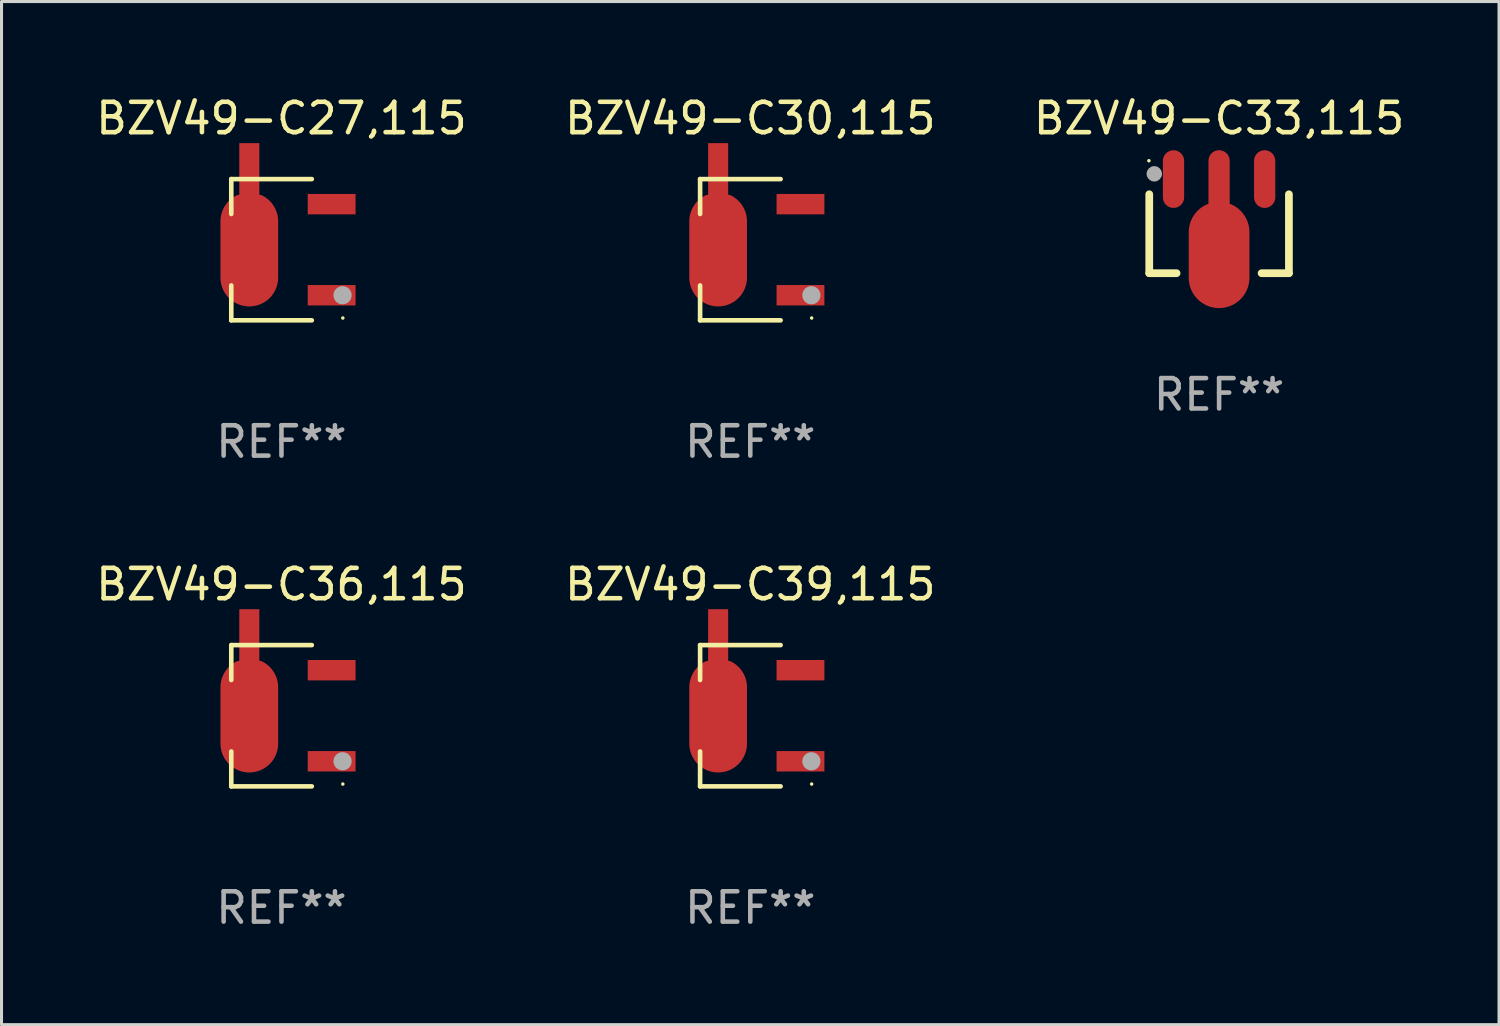
<source format=kicad_pcb>
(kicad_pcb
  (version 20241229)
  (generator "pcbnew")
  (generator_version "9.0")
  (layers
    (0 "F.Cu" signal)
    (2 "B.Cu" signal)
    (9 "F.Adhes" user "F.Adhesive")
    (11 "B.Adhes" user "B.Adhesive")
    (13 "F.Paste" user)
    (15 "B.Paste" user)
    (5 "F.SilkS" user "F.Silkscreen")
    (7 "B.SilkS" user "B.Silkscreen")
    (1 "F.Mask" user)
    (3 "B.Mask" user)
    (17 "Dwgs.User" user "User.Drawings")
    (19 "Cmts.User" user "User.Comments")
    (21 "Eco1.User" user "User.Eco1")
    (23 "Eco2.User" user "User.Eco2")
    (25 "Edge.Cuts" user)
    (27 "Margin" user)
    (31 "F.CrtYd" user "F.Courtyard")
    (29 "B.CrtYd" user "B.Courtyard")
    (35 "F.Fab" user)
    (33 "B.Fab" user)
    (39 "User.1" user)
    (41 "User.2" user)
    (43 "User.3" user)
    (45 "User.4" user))
  (footprint "BZV49-C27,115"
    (layer "F.Cu")
    (at 6.22 5.174)
    (property "Reference" "BZV49-C27,115" (at 0 -4.326 0) (layer "F.SilkS") (effects (font (size 1 1) (thickness 0.15))))
    (attr through_hole)
    (fp_line (start -1.653 -2.326) (end -1.653 -1.177) (stroke (width 0.152) (type solid)) (layer "F.SilkS"))
    (fp_line (start -1.653 2.326) (end -1.653 1.177) (stroke (width 0.152) (type solid)) (layer "F.SilkS"))
    (fp_line (start 0.999 -2.326) (end -1.653 -2.326) (stroke (width 0.152) (type solid)) (layer "F.SilkS"))
    (fp_line (start 0.999 2.326) (end -1.653 2.326) (stroke (width 0.152) (type solid)) (layer "F.SilkS"))
    (fp_circle (center 2.021 2.25) (end 2.051 2.25) (stroke (width 0.06) (type solid)) (fill no) (layer "F.SilkS"))
    (fp_circle (center 2.012 1.5) (end 2.162 1.5) (stroke (width 0.3) (type solid)) (fill no) (layer "F.Fab"))
    (fp_text user "REF**" (at 0 6.326 0) (layer "F.Fab") (effects (font (size 1 1) (thickness 0.15))))
    (pad "1" smd rect (at 1.653 1.5) (size 1.575 0.672) (layers "F.Cu" "F.Mask" "F.Paste"))
    (pad "2" smd custom (at -1.059 -0.009 90) (size 1.9 5.377) (layers "F.Cu" "F.Mask" "F.Paste") (options (anchor circle)) (primitives (gr_poly (pts (xy -0.927 -0.95) (xy 0.927 -0.95) (xy 0.972 -0.949) (xy 1.016 -0.946) (xy 1.06 -0.941) (xy 1.104 -0.933) (xy 1.148 -0.924) (xy 1.191 -0.913) (xy 1.233 -0.899) (xy 1.275 -0.884) (xy 1.316 -0.867) (xy 1.357 -0.848) (xy 1.396 -0.826) (xy 1.434 -0.804) (xy 1.471 -0.779) (xy 1.507 -0.753) (xy 1.542 -0.725) (xy 1.575 -0.695) (xy 1.607 -0.664) (xy 1.637 -0.631) (xy 1.666 -0.597) (xy 1.693 -0.562) (xy 1.719 -0.526) (xy 1.742 -0.488) (xy 1.764 -0.449) (xy 1.785 -0.409) (xy 1.803 -0.33) (xy 3.5 -0.33) (xy 3.5 0.33) (xy 1.803 0.33) (xy 1.785 0.409) (xy 1.764 0.449) (xy 1.742 0.488) (xy 1.719 0.525) (xy 1.693 0.562) (xy 1.666 0.597) (xy 1.637 0.631) (xy 1.607 0.664) (xy 1.575 0.695) (xy 1.542 0.725) (xy 1.507 0.753) (xy 1.471 0.779) (xy 1.434 0.803) (xy 1.396 0.826) (xy 1.357 0.847) (xy 1.316 0.867) (xy 1.275 0.884) (xy 1.233 0.899) (xy 1.191 0.913) (xy 1.148 0.924) (xy 1.104 0.933) (xy 1.06 0.941) (xy 1.016 0.946) (xy 0.972 0.949) (xy 0.927 0.95) (xy -0.927 0.95) (xy -0.972 0.949) (xy -1.016 0.946) (xy -1.06 0.941) (xy -1.104 0.933) (xy -1.148 0.924) (xy -1.191 0.913) (xy -1.233 0.899) (xy -1.275 0.884) (xy -1.316 0.867) (xy -1.356 0.847) (xy -1.396 0.826) (xy -1.434 0.803) (xy -1.471 0.779) (xy -1.507 0.753) (xy -1.541 0.725) (xy -1.575 0.695) (xy -1.607 0.664) (xy -1.637 0.631) (xy -1.666 0.597) (xy -1.693 0.562) (xy -1.718 0.525) (xy -1.742 0.488) (xy -1.764 0.449) (xy -1.784 0.409) (xy -1.803 0.369) (xy -1.819 0.327) (xy -1.833 0.285) (xy -1.846 0.242) (xy -1.856 0.199) (xy -1.864 0.155) (xy -1.87 0.111) (xy -1.875 0.067) (xy -1.877 0.022) (xy -1.877 -0.022) (xy -1.875 -0.067) (xy -1.87 -0.111) (xy -1.864 -0.155) (xy -1.856 -0.199) (xy -1.846 -0.242) (xy -1.833 -0.285) (xy -1.819 -0.327) (xy -1.803 -0.369) (xy -1.784 -0.409) (xy -1.764 -0.449) (xy -1.742 -0.488) (xy -1.718 -0.526) (xy -1.693 -0.562) (xy -1.666 -0.597) (xy -1.637 -0.631) (xy -1.607 -0.664) (xy -1.575 -0.695) (xy -1.541 -0.725) (xy -1.507 -0.753) (xy -1.471 -0.779) (xy -1.434 -0.804) (xy -1.396 -0.826) (xy -1.356 -0.848) (xy -1.316 -0.867) (xy -1.275 -0.884) (xy -1.233 -0.899) (xy -1.191 -0.913) (xy -1.148 -0.924) (xy -1.104 -0.933) (xy -1.06 -0.941) (xy -1.016 -0.946) (xy -0.972 -0.949) (xy -0.927 -0.95)) (width 0) (fill yes))))
    (pad "3" smd rect (at 1.653 -1.5) (size 1.575 0.672) (layers "F.Cu" "F.Mask" "F.Paste")))
  (footprint "BZV49-C30,115"
    (layer "F.Cu")
    (at 21.661 5.174)
    (property "Reference" "BZV49-C30,115" (at 0 -4.326 0) (layer "F.SilkS") (effects (font (size 1 1) (thickness 0.15))))
    (attr through_hole)
    (fp_line (start -1.653 -2.326) (end -1.653 -1.177) (stroke (width 0.152) (type solid)) (layer "F.SilkS"))
    (fp_line (start -1.653 2.326) (end -1.653 1.177) (stroke (width 0.152) (type solid)) (layer "F.SilkS"))
    (fp_line (start 0.999 -2.326) (end -1.653 -2.326) (stroke (width 0.152) (type solid)) (layer "F.SilkS"))
    (fp_line (start 0.999 2.326) (end -1.653 2.326) (stroke (width 0.152) (type solid)) (layer "F.SilkS"))
    (fp_circle (center 2.021 2.25) (end 2.051 2.25) (stroke (width 0.06) (type solid)) (fill no) (layer "F.SilkS"))
    (fp_circle (center 2.012 1.5) (end 2.162 1.5) (stroke (width 0.3) (type solid)) (fill no) (layer "F.Fab"))
    (fp_text user "REF**" (at 0 6.326 0) (layer "F.Fab") (effects (font (size 1 1) (thickness 0.15))))
    (pad "1" smd rect (at 1.653 1.5) (size 1.575 0.672) (layers "F.Cu" "F.Mask" "F.Paste"))
    (pad "2" smd custom (at -1.059 -0.009 90) (size 1.9 5.377) (layers "F.Cu" "F.Mask" "F.Paste") (options (anchor circle)) (primitives (gr_poly (pts (xy -0.927 -0.95) (xy 0.927 -0.95) (xy 0.972 -0.949) (xy 1.016 -0.946) (xy 1.06 -0.941) (xy 1.104 -0.933) (xy 1.148 -0.924) (xy 1.191 -0.913) (xy 1.233 -0.899) (xy 1.275 -0.884) (xy 1.316 -0.867) (xy 1.357 -0.848) (xy 1.396 -0.826) (xy 1.434 -0.804) (xy 1.471 -0.779) (xy 1.507 -0.753) (xy 1.542 -0.725) (xy 1.575 -0.695) (xy 1.607 -0.664) (xy 1.637 -0.631) (xy 1.666 -0.597) (xy 1.693 -0.562) (xy 1.719 -0.526) (xy 1.742 -0.488) (xy 1.764 -0.449) (xy 1.785 -0.409) (xy 1.803 -0.33) (xy 3.5 -0.33) (xy 3.5 0.33) (xy 1.803 0.33) (xy 1.785 0.409) (xy 1.764 0.449) (xy 1.742 0.488) (xy 1.719 0.525) (xy 1.693 0.562) (xy 1.666 0.597) (xy 1.637 0.631) (xy 1.607 0.664) (xy 1.575 0.695) (xy 1.542 0.725) (xy 1.507 0.753) (xy 1.471 0.779) (xy 1.434 0.803) (xy 1.396 0.826) (xy 1.357 0.847) (xy 1.316 0.867) (xy 1.275 0.884) (xy 1.233 0.899) (xy 1.191 0.913) (xy 1.148 0.924) (xy 1.104 0.933) (xy 1.06 0.941) (xy 1.016 0.946) (xy 0.972 0.949) (xy 0.927 0.95) (xy -0.927 0.95) (xy -0.972 0.949) (xy -1.016 0.946) (xy -1.06 0.941) (xy -1.104 0.933) (xy -1.148 0.924) (xy -1.191 0.913) (xy -1.233 0.899) (xy -1.275 0.884) (xy -1.316 0.867) (xy -1.356 0.847) (xy -1.396 0.826) (xy -1.434 0.803) (xy -1.471 0.779) (xy -1.507 0.753) (xy -1.541 0.725) (xy -1.575 0.695) (xy -1.607 0.664) (xy -1.637 0.631) (xy -1.666 0.597) (xy -1.693 0.562) (xy -1.718 0.525) (xy -1.742 0.488) (xy -1.764 0.449) (xy -1.784 0.409) (xy -1.803 0.369) (xy -1.819 0.327) (xy -1.833 0.285) (xy -1.846 0.242) (xy -1.856 0.199) (xy -1.864 0.155) (xy -1.87 0.111) (xy -1.875 0.067) (xy -1.877 0.022) (xy -1.877 -0.022) (xy -1.875 -0.067) (xy -1.87 -0.111) (xy -1.864 -0.155) (xy -1.856 -0.199) (xy -1.846 -0.242) (xy -1.833 -0.285) (xy -1.819 -0.327) (xy -1.803 -0.369) (xy -1.784 -0.409) (xy -1.764 -0.449) (xy -1.742 -0.488) (xy -1.718 -0.526) (xy -1.693 -0.562) (xy -1.666 -0.597) (xy -1.637 -0.631) (xy -1.607 -0.664) (xy -1.575 -0.695) (xy -1.541 -0.725) (xy -1.507 -0.753) (xy -1.471 -0.779) (xy -1.434 -0.804) (xy -1.396 -0.826) (xy -1.356 -0.848) (xy -1.316 -0.867) (xy -1.275 -0.884) (xy -1.233 -0.899) (xy -1.191 -0.913) (xy -1.148 -0.924) (xy -1.104 -0.933) (xy -1.06 -0.941) (xy -1.016 -0.946) (xy -0.972 -0.949) (xy -0.927 -0.95)) (width 0) (fill yes))))
    (pad "3" smd rect (at 1.653 -1.5) (size 1.575 0.672) (layers "F.Cu" "F.Mask" "F.Paste")))
  (footprint "BZV49-C39,115"
    (layer "F.Cu")
    (at 21.661 20.523)
    (property "Reference" "BZV49-C39,115" (at 0 -4.326 0) (layer "F.SilkS") (effects (font (size 1 1) (thickness 0.15))))
    (attr through_hole)
    (fp_line (start -1.653 -2.326) (end -1.653 -1.177) (stroke (width 0.152) (type solid)) (layer "F.SilkS"))
    (fp_line (start -1.653 2.326) (end -1.653 1.177) (stroke (width 0.152) (type solid)) (layer "F.SilkS"))
    (fp_line (start 0.999 -2.326) (end -1.653 -2.326) (stroke (width 0.152) (type solid)) (layer "F.SilkS"))
    (fp_line (start 0.999 2.326) (end -1.653 2.326) (stroke (width 0.152) (type solid)) (layer "F.SilkS"))
    (fp_circle (center 2.021 2.25) (end 2.051 2.25) (stroke (width 0.06) (type solid)) (fill no) (layer "F.SilkS"))
    (fp_circle (center 2.012 1.5) (end 2.162 1.5) (stroke (width 0.3) (type solid)) (fill no) (layer "F.Fab"))
    (fp_text user "REF**" (at 0 6.326 0) (layer "F.Fab") (effects (font (size 1 1) (thickness 0.15))))
    (pad "1" smd rect (at 1.653 1.5) (size 1.575 0.672) (layers "F.Cu" "F.Mask" "F.Paste"))
    (pad "2" smd custom (at -1.059 -0.009 90) (size 1.9 5.377) (layers "F.Cu" "F.Mask" "F.Paste") (options (anchor circle)) (primitives (gr_poly (pts (xy -0.927 -0.95) (xy 0.927 -0.95) (xy 0.972 -0.949) (xy 1.016 -0.946) (xy 1.06 -0.941) (xy 1.104 -0.933) (xy 1.148 -0.924) (xy 1.191 -0.913) (xy 1.233 -0.899) (xy 1.275 -0.884) (xy 1.316 -0.867) (xy 1.357 -0.848) (xy 1.396 -0.826) (xy 1.434 -0.804) (xy 1.471 -0.779) (xy 1.507 -0.753) (xy 1.542 -0.725) (xy 1.575 -0.695) (xy 1.607 -0.664) (xy 1.637 -0.631) (xy 1.666 -0.597) (xy 1.693 -0.562) (xy 1.719 -0.526) (xy 1.742 -0.488) (xy 1.764 -0.449) (xy 1.785 -0.409) (xy 1.803 -0.33) (xy 3.5 -0.33) (xy 3.5 0.33) (xy 1.803 0.33) (xy 1.785 0.409) (xy 1.764 0.449) (xy 1.742 0.488) (xy 1.719 0.525) (xy 1.693 0.562) (xy 1.666 0.597) (xy 1.637 0.631) (xy 1.607 0.664) (xy 1.575 0.695) (xy 1.542 0.725) (xy 1.507 0.753) (xy 1.471 0.779) (xy 1.434 0.803) (xy 1.396 0.826) (xy 1.357 0.847) (xy 1.316 0.867) (xy 1.275 0.884) (xy 1.233 0.899) (xy 1.191 0.913) (xy 1.148 0.924) (xy 1.104 0.933) (xy 1.06 0.941) (xy 1.016 0.946) (xy 0.972 0.949) (xy 0.927 0.95) (xy -0.927 0.95) (xy -0.972 0.949) (xy -1.016 0.946) (xy -1.06 0.941) (xy -1.104 0.933) (xy -1.148 0.924) (xy -1.191 0.913) (xy -1.233 0.899) (xy -1.275 0.884) (xy -1.316 0.867) (xy -1.356 0.847) (xy -1.396 0.826) (xy -1.434 0.803) (xy -1.471 0.779) (xy -1.507 0.753) (xy -1.541 0.725) (xy -1.575 0.695) (xy -1.607 0.664) (xy -1.637 0.631) (xy -1.666 0.597) (xy -1.693 0.562) (xy -1.718 0.525) (xy -1.742 0.488) (xy -1.764 0.449) (xy -1.784 0.409) (xy -1.803 0.369) (xy -1.819 0.327) (xy -1.833 0.285) (xy -1.846 0.242) (xy -1.856 0.199) (xy -1.864 0.155) (xy -1.87 0.111) (xy -1.875 0.067) (xy -1.877 0.022) (xy -1.877 -0.022) (xy -1.875 -0.067) (xy -1.87 -0.111) (xy -1.864 -0.155) (xy -1.856 -0.199) (xy -1.846 -0.242) (xy -1.833 -0.285) (xy -1.819 -0.327) (xy -1.803 -0.369) (xy -1.784 -0.409) (xy -1.764 -0.449) (xy -1.742 -0.488) (xy -1.718 -0.526) (xy -1.693 -0.562) (xy -1.666 -0.597) (xy -1.637 -0.631) (xy -1.607 -0.664) (xy -1.575 -0.695) (xy -1.541 -0.725) (xy -1.507 -0.753) (xy -1.471 -0.779) (xy -1.434 -0.804) (xy -1.396 -0.826) (xy -1.356 -0.848) (xy -1.316 -0.867) (xy -1.275 -0.884) (xy -1.233 -0.899) (xy -1.191 -0.913) (xy -1.148 -0.924) (xy -1.104 -0.933) (xy -1.06 -0.941) (xy -1.016 -0.946) (xy -0.972 -0.949) (xy -0.927 -0.95)) (width 0) (fill yes))))
    (pad "3" smd rect (at 1.653 -1.5) (size 1.575 0.672) (layers "F.Cu" "F.Mask" "F.Paste")))
  (footprint "BZV49-C36,115"
    (layer "F.Cu")
    (at 6.22 20.523)
    (property "Reference" "BZV49-C36,115" (at 0 -4.326 0) (layer "F.SilkS") (effects (font (size 1 1) (thickness 0.15))))
    (attr through_hole)
    (fp_line (start -1.653 -2.326) (end -1.653 -1.177) (stroke (width 0.152) (type solid)) (layer "F.SilkS"))
    (fp_line (start -1.653 2.326) (end -1.653 1.177) (stroke (width 0.152) (type solid)) (layer "F.SilkS"))
    (fp_line (start 0.999 -2.326) (end -1.653 -2.326) (stroke (width 0.152) (type solid)) (layer "F.SilkS"))
    (fp_line (start 0.999 2.326) (end -1.653 2.326) (stroke (width 0.152) (type solid)) (layer "F.SilkS"))
    (fp_circle (center 2.021 2.25) (end 2.051 2.25) (stroke (width 0.06) (type solid)) (fill no) (layer "F.SilkS"))
    (fp_circle (center 2.012 1.5) (end 2.162 1.5) (stroke (width 0.3) (type solid)) (fill no) (layer "F.Fab"))
    (fp_text user "REF**" (at 0 6.326 0) (layer "F.Fab") (effects (font (size 1 1) (thickness 0.15))))
    (pad "1" smd rect (at 1.653 1.5) (size 1.575 0.672) (layers "F.Cu" "F.Mask" "F.Paste"))
    (pad "2" smd custom (at -1.059 -0.009 90) (size 1.9 5.377) (layers "F.Cu" "F.Mask" "F.Paste") (options (anchor circle)) (primitives (gr_poly (pts (xy -0.927 -0.95) (xy 0.927 -0.95) (xy 0.972 -0.949) (xy 1.016 -0.946) (xy 1.06 -0.941) (xy 1.104 -0.933) (xy 1.148 -0.924) (xy 1.191 -0.913) (xy 1.233 -0.899) (xy 1.275 -0.884) (xy 1.316 -0.867) (xy 1.357 -0.848) (xy 1.396 -0.826) (xy 1.434 -0.804) (xy 1.471 -0.779) (xy 1.507 -0.753) (xy 1.542 -0.725) (xy 1.575 -0.695) (xy 1.607 -0.664) (xy 1.637 -0.631) (xy 1.666 -0.597) (xy 1.693 -0.562) (xy 1.719 -0.526) (xy 1.742 -0.488) (xy 1.764 -0.449) (xy 1.785 -0.409) (xy 1.803 -0.33) (xy 3.5 -0.33) (xy 3.5 0.33) (xy 1.803 0.33) (xy 1.785 0.409) (xy 1.764 0.449) (xy 1.742 0.488) (xy 1.719 0.525) (xy 1.693 0.562) (xy 1.666 0.597) (xy 1.637 0.631) (xy 1.607 0.664) (xy 1.575 0.695) (xy 1.542 0.725) (xy 1.507 0.753) (xy 1.471 0.779) (xy 1.434 0.803) (xy 1.396 0.826) (xy 1.357 0.847) (xy 1.316 0.867) (xy 1.275 0.884) (xy 1.233 0.899) (xy 1.191 0.913) (xy 1.148 0.924) (xy 1.104 0.933) (xy 1.06 0.941) (xy 1.016 0.946) (xy 0.972 0.949) (xy 0.927 0.95) (xy -0.927 0.95) (xy -0.972 0.949) (xy -1.016 0.946) (xy -1.06 0.941) (xy -1.104 0.933) (xy -1.148 0.924) (xy -1.191 0.913) (xy -1.233 0.899) (xy -1.275 0.884) (xy -1.316 0.867) (xy -1.356 0.847) (xy -1.396 0.826) (xy -1.434 0.803) (xy -1.471 0.779) (xy -1.507 0.753) (xy -1.541 0.725) (xy -1.575 0.695) (xy -1.607 0.664) (xy -1.637 0.631) (xy -1.666 0.597) (xy -1.693 0.562) (xy -1.718 0.525) (xy -1.742 0.488) (xy -1.764 0.449) (xy -1.784 0.409) (xy -1.803 0.369) (xy -1.819 0.327) (xy -1.833 0.285) (xy -1.846 0.242) (xy -1.856 0.199) (xy -1.864 0.155) (xy -1.87 0.111) (xy -1.875 0.067) (xy -1.877 0.022) (xy -1.877 -0.022) (xy -1.875 -0.067) (xy -1.87 -0.111) (xy -1.864 -0.155) (xy -1.856 -0.199) (xy -1.846 -0.242) (xy -1.833 -0.285) (xy -1.819 -0.327) (xy -1.803 -0.369) (xy -1.784 -0.409) (xy -1.764 -0.449) (xy -1.742 -0.488) (xy -1.718 -0.526) (xy -1.693 -0.562) (xy -1.666 -0.597) (xy -1.637 -0.631) (xy -1.607 -0.664) (xy -1.575 -0.695) (xy -1.541 -0.725) (xy -1.507 -0.753) (xy -1.471 -0.779) (xy -1.434 -0.804) (xy -1.396 -0.826) (xy -1.356 -0.848) (xy -1.316 -0.867) (xy -1.275 -0.884) (xy -1.233 -0.899) (xy -1.191 -0.913) (xy -1.148 -0.924) (xy -1.104 -0.933) (xy -1.06 -0.941) (xy -1.016 -0.946) (xy -0.972 -0.949) (xy -0.927 -0.95)) (width 0) (fill yes))))
    (pad "3" smd rect (at 1.653 -1.5) (size 1.575 0.672) (layers "F.Cu" "F.Mask" "F.Paste")))
  (footprint "BZV49-C33,115"
    (layer "F.Cu")
    (at 37.101 4.398)
    (property "Reference" "BZV49-C33,115" (at 0 -3.55 0) (layer "F.SilkS") (effects (font (size 1 1) (thickness 0.15))))
    (attr through_hole)
    (fp_line (start -2.3 1.55) (end -2.3 -1.05) (stroke (width 0.254) (type solid)) (layer "F.SilkS"))
    (fp_line (start -1.4 1.55) (end -2.3 1.55) (stroke (width 0.254) (type solid)) (layer "F.SilkS"))
    (fp_line (start 2.3 -1.05) (end 2.3 1.55) (stroke (width 0.254) (type solid)) (layer "F.SilkS"))
    (fp_line (start 2.3 1.55) (end 1.4 1.55) (stroke (width 0.254) (type solid)) (layer "F.SilkS"))
    (fp_circle (center -2.311 -2.154) (end -2.281 -2.154) (stroke (width 0.06) (type solid)) (fill no) (layer "F.SilkS"))
    (fp_circle (center -2.134 -1.723) (end -2.007 -1.723) (stroke (width 0.254) (type solid)) (fill no) (layer "F.Fab"))
    (fp_text user "REF**" (at 0 5.55 0) (layer "F.Fab") (effects (font (size 1 1) (thickness 0.15))))
    (pad "1" smd oval (at -1.501 -1.55) (size 0.7 1.9) (layers "F.Cu" "F.Mask" "F.Paste"))
    (pad "2" smd oval (at 0 -1.451) (size 0.7 2.1) (layers "F.Cu" "F.Mask" "F.Paste"))
    (pad "2" smd oval (at 0 0.949) (size 2 3.5) (layers "F.Cu" "F.Mask" "F.Paste"))
    (pad "3" smd oval (at 1.501 -1.55) (size 0.7 1.9) (layers "F.Cu" "F.Mask" "F.Paste")))
  (gr_rect
    (start -3 -3)
    (end 46.321 30.698)
    (stroke (width 0.1) (type default))
    (fill no)
    (layer "Edge.Cuts")))
</source>
